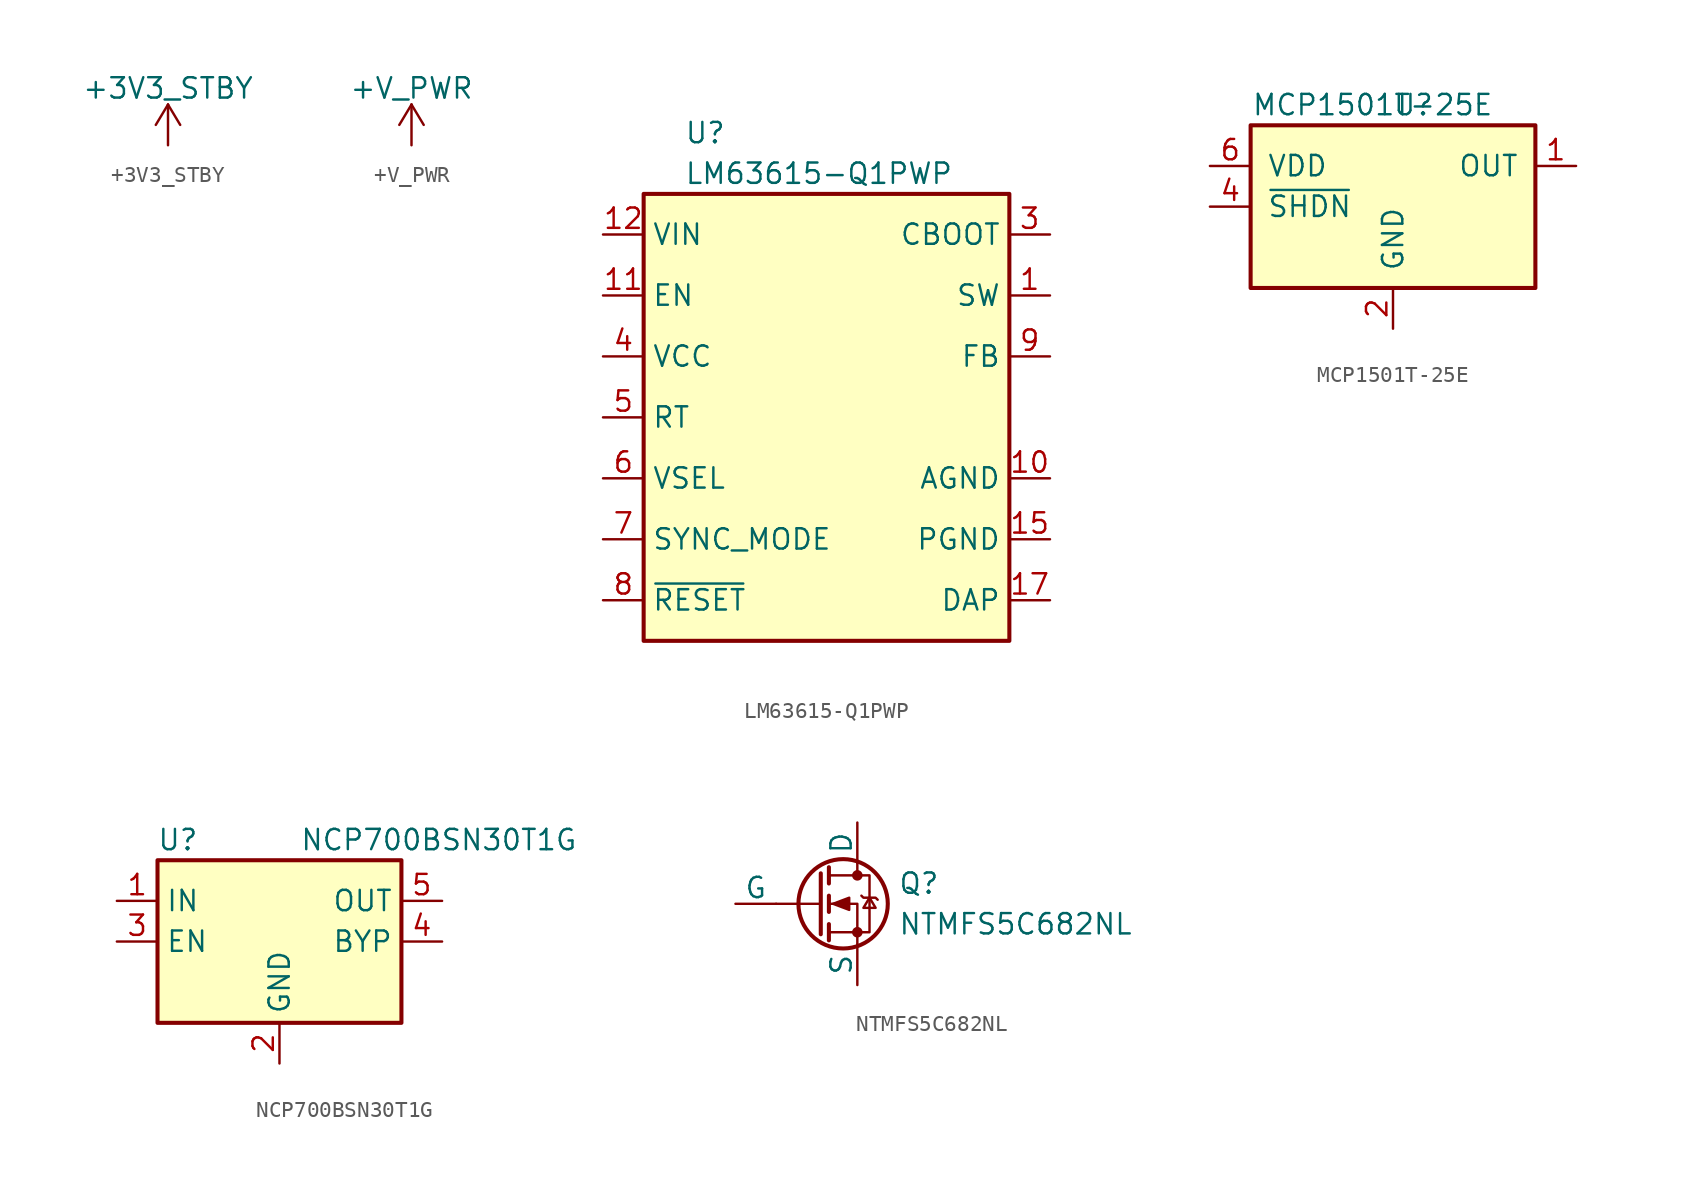
<source format=kicad_sym>
(kicad_symbol_lib
  (version 20211014)
  (generator kicad_symbol_editor)
  (symbol "+3V3_STBY"
    (power)
    (pin_names
      (offset 0))
    (property "Reference" "#PWR"
      (at 0 -3.81 0)
      (effects (font (size 1.27 1.27)) hide))
    (property "Value" "+3V3_STBY"
      (at 0 3.556 0)
      (effects (font (size 1.27 1.27))))
    (symbol "+3V3_STBY_0_1"
      (polyline (pts (xy -0.762 1.27) (xy 0 2.54)) (stroke (width 0) (type default) (color 0 0 0 0)) (fill (type none)))
      (polyline (pts (xy 0 0) (xy 0 2.54)) (stroke (width 0) (type default) (color 0 0 0 0)) (fill (type none)))
      (polyline (pts (xy 0 2.54) (xy 0.762 1.27)) (stroke (width 0) (type default) (color 0 0 0 0)) (fill (type none))))
    (symbol "+3V3_STBY_1_1"
      (pin power_in line (at 0 0 90) (length 0) hide (name "+3V3_STBY" (effects (font (size 1.27 1.27)))) (number "1" (effects (font (size 1.27 1.27)))))))
  (symbol "+V_PWR"
    (power)
    (pin_names
      (offset 0))
    (property "Reference" "#PWR"
      (at 0 -3.81 0)
      (effects (font (size 1.27 1.27)) hide))
    (property "Value" "+V_PWR"
      (at 0 3.556 0)
      (effects (font (size 1.27 1.27))))
    (symbol "+V_PWR_0_1"
      (polyline (pts (xy -0.762 1.27) (xy 0 2.54)) (stroke (width 0) (type default) (color 0 0 0 0)) (fill (type none)))
      (polyline (pts (xy 0 0) (xy 0 2.54)) (stroke (width 0) (type default) (color 0 0 0 0)) (fill (type none)))
      (polyline (pts (xy 0 2.54) (xy 0.762 1.27)) (stroke (width 0) (type default) (color 0 0 0 0)) (fill (type none))))
    (symbol "+V_PWR_1_1"
      (pin power_in line (at 0 0 90) (length 0) hide (name "+V_PWR" (effects (font (size 1.27 1.27)))) (number "1" (effects (font (size 1.27 1.27)))))))
  (symbol "LM63615-Q1PWP"
    (property "Reference" "U"
      (at -8.89 17.78 0)
      (effects (font (size 1.27 1.27)) (justify left)))
    (property "Value" "LM63615-Q1PWP"
      (at -8.89 15.24 0)
      (effects (font (size 1.27 1.27)) (justify left)))
    (symbol "LM63615-Q1PWP_0_1"
      (rectangle (start -11.43 13.97) (end 11.43 -13.97) (stroke (width 0.254) (type default) (color 0 0 0 0)) (fill (type background))))
    (symbol "LM63615-Q1PWP_1_1"
      (pin power_out line (at 13.97 7.62 180) (length 2.54) (name "SW" (effects (font (size 1.27 1.27)))) (number "1" (effects (font (size 1.27 1.27)))))
      (pin power_in line (at 13.97 -3.81 180) (length 2.54) (name "AGND" (effects (font (size 1.27 1.27)))) (number "10" (effects (font (size 1.27 1.27)))))
      (pin input line (at -13.97 7.62 0) (length 2.54) (name "EN" (effects (font (size 1.27 1.27)))) (number "11" (effects (font (size 1.27 1.27)))))
      (pin power_in line (at -13.97 11.43 0) (length 2.54) (name "VIN" (effects (font (size 1.27 1.27)))) (number "12" (effects (font (size 1.27 1.27)))))
      (pin passive line (at -13.97 11.43 0) (length 2.54) hide (name "VIN" (effects (font (size 1.27 1.27)))) (number "13" (effects (font (size 1.27 1.27)))))
      (pin no_connect line (at 11.43 0 180) (length 2.54) hide (name "NC" (effects (font (size 1.27 1.27)))) (number "14" (effects (font (size 1.27 1.27)))))
      (pin power_in line (at 13.97 -7.62 180) (length 2.54) (name "PGND" (effects (font (size 1.27 1.27)))) (number "15" (effects (font (size 1.27 1.27)))))
      (pin passive line (at 13.97 -7.62 180) (length 2.54) hide (name "PGND" (effects (font (size 1.27 1.27)))) (number "16" (effects (font (size 1.27 1.27)))))
      (pin power_in line (at 13.97 -11.43 180) (length 2.54) (name "DAP" (effects (font (size 1.27 1.27)))) (number "17" (effects (font (size 1.27 1.27)))))
      (pin passive line (at 13.97 7.62 180) (length 2.54) hide (name "SW" (effects (font (size 1.27 1.27)))) (number "2" (effects (font (size 1.27 1.27)))))
      (pin passive line (at 13.97 11.43 180) (length 2.54) (name "CBOOT" (effects (font (size 1.27 1.27)))) (number "3" (effects (font (size 1.27 1.27)))))
      (pin power_out line (at -13.97 3.81 0) (length 2.54) (name "VCC" (effects (font (size 1.27 1.27)))) (number "4" (effects (font (size 1.27 1.27)))))
      (pin input line (at -13.97 0 0) (length 2.54) (name "RT" (effects (font (size 1.27 1.27)))) (number "5" (effects (font (size 1.27 1.27)))))
      (pin input line (at -13.97 -3.81 0) (length 2.54) (name "VSEL" (effects (font (size 1.27 1.27)))) (number "6" (effects (font (size 1.27 1.27)))))
      (pin input line (at -13.97 -7.62 0) (length 2.54) (name "SYNC_MODE" (effects (font (size 1.27 1.27)))) (number "7" (effects (font (size 1.27 1.27)))))
      (pin input line (at -13.97 -11.43 0) (length 2.54) (name "~{RESET}" (effects (font (size 1.27 1.27)))) (number "8" (effects (font (size 1.27 1.27)))))
      (pin input line (at 13.97 3.81 180) (length 2.54) (name "FB" (effects (font (size 1.27 1.27)))) (number "9" (effects (font (size 1.27 1.27)))))))
  (symbol "MCP1501T-25E"
    (pin_names
      (offset 1.016))
    (property "Reference" "U"
      (at 1.27 6.35 0)
      (effects (font (size 1.27 1.27))))
    (property "Value" "MCP1501T-25E"
      (at -1.27 6.35 0)
      (effects (font (size 1.27 1.27))))
    (symbol "MCP1501T-25E_0_1"
      (rectangle (start -8.89 5.08) (end 8.89 -5.08) (stroke (width 0.254) (type default) (color 0 0 0 0)) (fill (type background))))
    (symbol "MCP1501T-25E_1_1"
      (pin power_out line (at 11.43 2.54 180) (length 2.54) (name "OUT" (effects (font (size 1.27 1.27)))) (number "1" (effects (font (size 1.27 1.27)))))
      (pin power_in line (at 0 -7.62 90) (length 2.54) (name "GND" (effects (font (size 1.27 1.27)))) (number "2" (effects (font (size 1.27 1.27)))))
      (pin passive line (at 0 -7.62 90) (length 2.54) hide (name "GND" (effects (font (size 1.27 1.27)))) (number "3" (effects (font (size 1.27 1.27)))))
      (pin input line (at -11.43 0 0) (length 2.54) (name "~{SHDN}" (effects (font (size 1.27 1.27)))) (number "4" (effects (font (size 1.27 1.27)))))
      (pin passive line (at 0 -7.62 90) (length 2.54) hide (name "GND" (effects (font (size 1.27 1.27)))) (number "5" (effects (font (size 1.27 1.27)))))
      (pin power_in line (at -11.43 2.54 0) (length 2.54) (name "VDD" (effects (font (size 1.27 1.27)))) (number "6" (effects (font (size 1.27 1.27)))))))
  (symbol "NCP700BSN30T1G"
    (property "Reference" "U"
      (at -6.35 6.35 0)
      (effects (font (size 1.27 1.27))))
    (property "Value" "NCP700BSN30T1G"
      (at 1.27 6.35 0)
      (effects (font (size 1.27 1.27)) (justify left)))
    (symbol "NCP700BSN30T1G_0_1"
      (rectangle (start -7.62 -5.08) (end 7.62 5.08) (stroke (width 0.254) (type default) (color 0 0 0 0)) (fill (type background))))
    (symbol "NCP700BSN30T1G_1_1"
      (pin power_in line (at -10.16 2.54 0) (length 2.54) (name "IN" (effects (font (size 1.27 1.27)))) (number "1" (effects (font (size 1.27 1.27)))))
      (pin power_in line (at 0 -7.62 90) (length 2.54) (name "GND" (effects (font (size 1.27 1.27)))) (number "2" (effects (font (size 1.27 1.27)))))
      (pin input line (at -10.16 0 0) (length 2.54) (name "EN" (effects (font (size 1.27 1.27)))) (number "3" (effects (font (size 1.27 1.27)))))
      (pin passive line (at 10.16 0 180) (length 2.54) (name "BYP" (effects (font (size 1.27 1.27)))) (number "4" (effects (font (size 1.27 1.27)))))
      (pin power_out line (at 10.16 2.54 180) (length 2.54) (name "OUT" (effects (font (size 1.27 1.27)))) (number "5" (effects (font (size 1.27 1.27)))))))
  (symbol "NTMFS5C682NL"
    (pin_numbers hide)
    (pin_names
      (offset 0))
    (property "Reference" "Q"
      (at 5.08 1.27 0)
      (effects (font (size 1.27 1.27)) (justify left)))
    (property "Value" "NTMFS5C682NL"
      (at 5.08 -1.27 0)
      (effects (font (size 1.27 1.27)) (justify left)))
    (symbol "NTMFS5C682NL_0_1"
      (polyline (pts (xy 0.254 0) (xy -2.54 0)) (stroke (width 0) (type default) (color 0 0 0 0)) (fill (type none)))
      (polyline (pts (xy 0.254 1.905) (xy 0.254 -1.905)) (stroke (width 0.254) (type default) (color 0 0 0 0)) (fill (type none)))
      (polyline (pts (xy 0.762 -1.27) (xy 0.762 -2.286)) (stroke (width 0.254) (type default) (color 0 0 0 0)) (fill (type none)))
      (polyline (pts (xy 0.762 0.508) (xy 0.762 -0.508)) (stroke (width 0.254) (type default) (color 0 0 0 0)) (fill (type none)))
      (polyline (pts (xy 0.762 2.286) (xy 0.762 1.27)) (stroke (width 0.254) (type default) (color 0 0 0 0)) (fill (type none)))
      (polyline (pts (xy 2.54 2.54) (xy 2.54 1.778)) (stroke (width 0) (type default) (color 0 0 0 0)) (fill (type none)))
      (polyline (pts (xy 2.54 -2.54) (xy 2.54 0) (xy 0.762 0)) (stroke (width 0) (type default) (color 0 0 0 0)) (fill (type none)))
      (polyline (pts (xy 0.762 -1.778) (xy 3.302 -1.778) (xy 3.302 1.778) (xy 0.762 1.778)) (stroke (width 0) (type default) (color 0 0 0 0)) (fill (type none)))
      (polyline (pts (xy 1.016 0) (xy 2.032 0.381) (xy 2.032 -0.381) (xy 1.016 0)) (stroke (width 0) (type default) (color 0 0 0 0)) (fill (type outline)))
      (polyline (pts (xy 2.794 0.508) (xy 2.921 0.381) (xy 3.683 0.381) (xy 3.81 0.254)) (stroke (width 0) (type default) (color 0 0 0 0)) (fill (type none)))
      (polyline (pts (xy 3.302 0.381) (xy 2.921 -0.254) (xy 3.683 -0.254) (xy 3.302 0.381)) (stroke (width 0) (type default) (color 0 0 0 0)) (fill (type none)))
      (circle (center 1.651 0) (radius 2.794) (stroke (width 0.254) (type default) (color 0 0 0 0)) (fill (type none)))
      (circle (center 2.54 -1.778) (radius 0.254) (stroke (width 0) (type default) (color 0 0 0 0)) (fill (type outline)))
      (circle (center 2.54 1.778) (radius 0.254) (stroke (width 0) (type default) (color 0 0 0 0)) (fill (type outline))))
    (symbol "NTMFS5C682NL_1_1"
      (pin passive line (at 2.54 -5.08 90) (length 2.54) (name "S" (effects (font (size 1.27 1.27)))) (number "1" (effects (font (size 1.27 1.27)))))
      (pin passive line (at 2.54 -5.08 90) (length 2.54) hide (name "S" (effects (font (size 1.27 1.27)))) (number "2" (effects (font (size 1.27 1.27)))))
      (pin passive line (at 2.54 -5.08 90) (length 2.54) hide (name "S" (effects (font (size 1.27 1.27)))) (number "3" (effects (font (size 1.27 1.27)))))
      (pin input line (at -5.08 0 0) (length 2.54) (name "G" (effects (font (size 1.27 1.27)))) (number "4" (effects (font (size 1.27 1.27)))))
      (pin passive line (at 2.54 5.08 270) (length 2.54) (name "D" (effects (font (size 1.27 1.27)))) (number "5" (effects (font (size 1.27 1.27))))))))
</source>
